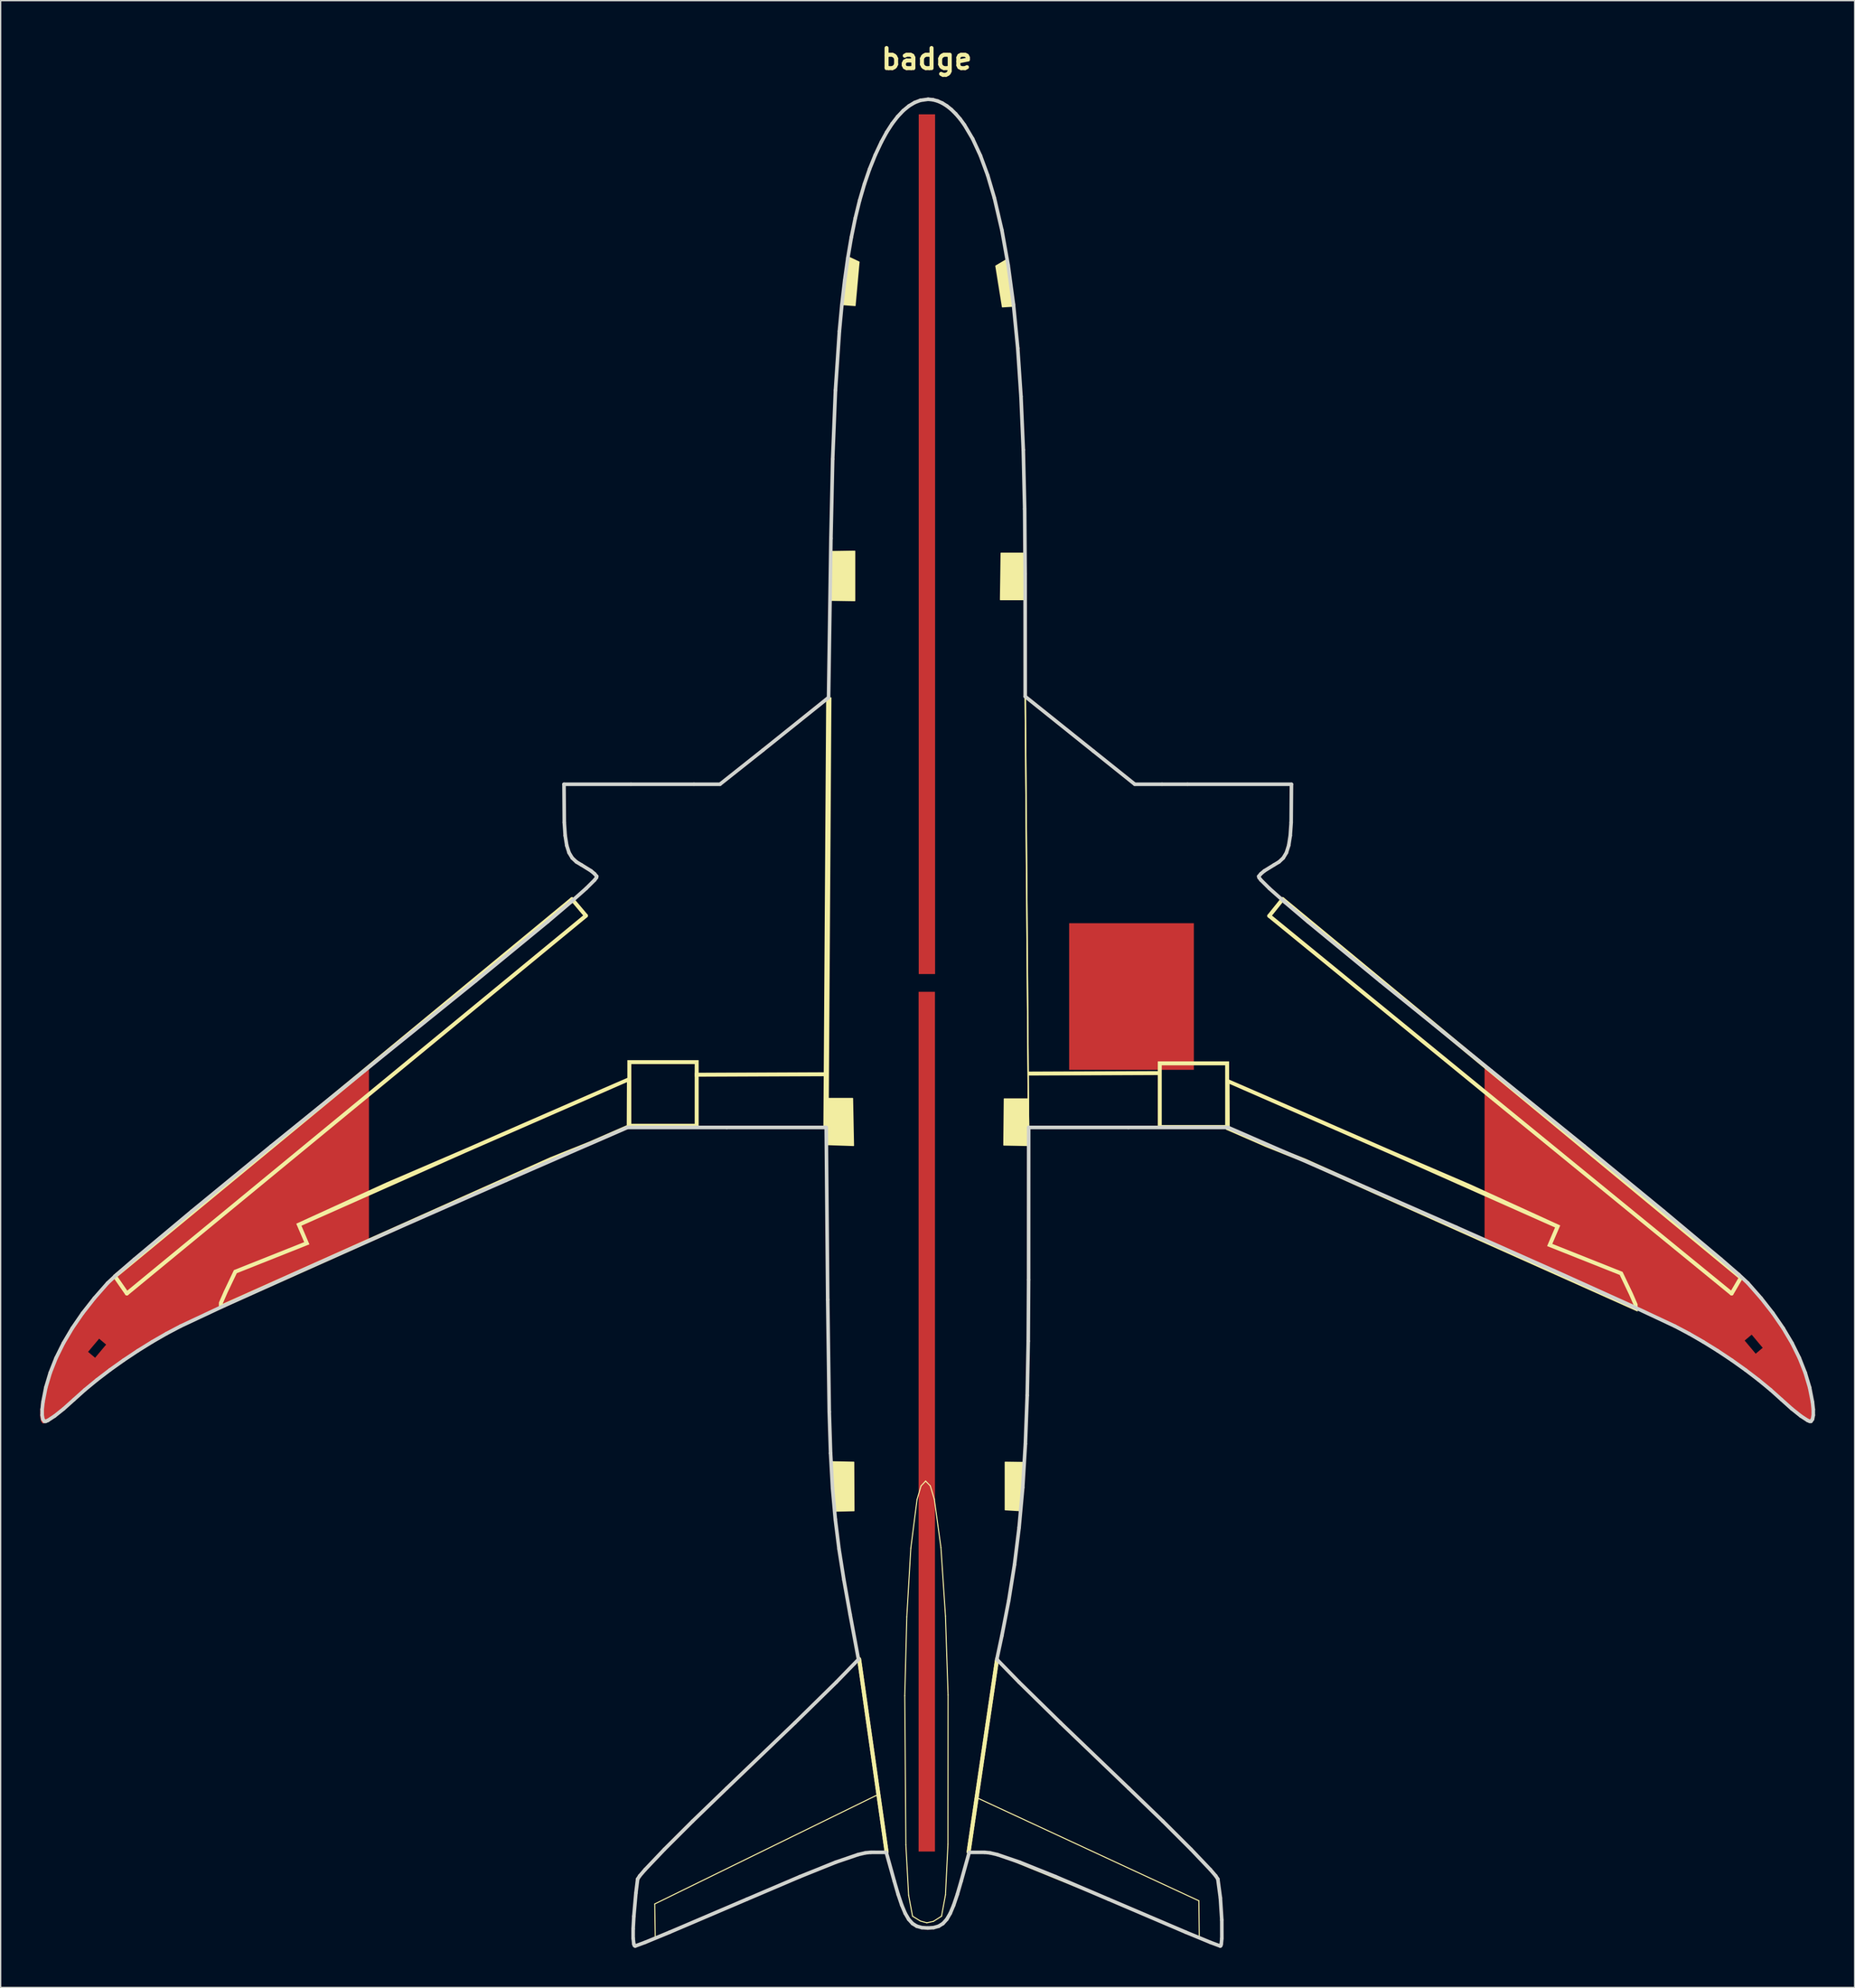
<source format=kicad_pcb>
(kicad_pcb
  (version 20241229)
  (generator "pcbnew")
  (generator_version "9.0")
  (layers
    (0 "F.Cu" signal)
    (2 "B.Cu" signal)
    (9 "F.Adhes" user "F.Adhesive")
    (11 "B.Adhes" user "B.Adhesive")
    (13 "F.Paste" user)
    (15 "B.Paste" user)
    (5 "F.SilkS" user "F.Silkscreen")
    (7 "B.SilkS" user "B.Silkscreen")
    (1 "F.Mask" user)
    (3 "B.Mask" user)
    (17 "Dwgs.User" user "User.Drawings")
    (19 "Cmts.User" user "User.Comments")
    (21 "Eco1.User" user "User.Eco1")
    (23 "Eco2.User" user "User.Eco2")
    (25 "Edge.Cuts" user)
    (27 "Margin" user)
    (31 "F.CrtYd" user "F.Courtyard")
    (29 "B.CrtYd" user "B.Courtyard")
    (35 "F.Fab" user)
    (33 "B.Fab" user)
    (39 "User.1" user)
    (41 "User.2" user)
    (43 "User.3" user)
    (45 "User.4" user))
  (footprint "badge"
    (layer "F.Cu")
    (at 67.226 74.476)
    (property "Reference" "badge" (at 0 -73.05 0) (layer "F.SilkS") (effects (font (size 1.524 1.524) (thickness 0.305))))
    (attr smd)
    (fp_poly (pts (xy -0.618 -2.339) (xy 0.622 -2.339) (xy 0.622 62.834) (xy -0.618 62.834) (xy -0.618 -2.339)) (stroke (width 0) (type solid)) (fill yes) (layer "F.Cu"))
    (fp_poly (pts (xy -0.608 -68.857) (xy 0.632 -68.857) (xy 0.632 -3.684) (xy -0.608 -3.684) (xy -0.608 -68.857)) (stroke (width 0) (type solid)) (fill yes) (layer "F.Cu"))
    (fp_poly (pts (xy 10.798 -7.539) (xy 20.254 -7.539) (xy 20.254 3.575) (xy 10.798 3.575) (xy 10.798 -7.539)) (stroke (width 0) (type solid)) (fill yes) (layer "F.Cu"))
    (fp_poly (pts (xy -42.298 3.393) (xy -62.76 23.958) (xy -62.228 24.405) (xy -63.065 25.403) (xy -63.597 24.956) (xy -62.76 23.958) (xy -42.298 3.393) (xy -42.804 3.802) (xy -49.861 9.511) (xy -55.882 14.448) (xy -60.228 18.084) (xy -61.574 19.249) (xy -62.262 19.891) (xy -63.268 21.036) (xy -64.162 22.177) (xy -64.944 23.315) (xy -65.615 24.447) (xy -66.172 25.574) (xy -66.617 26.695) (xy -66.948 27.81) (xy -67.166 28.917) (xy -67.225 29.472) (xy -67.226 29.908) (xy -67.169 30.212) (xy -67.054 30.375) (xy -66.955 30.375) (xy -66.786 30.302) (xy -66.274 29.967) (xy -65.593 29.424) (xy -64.816 28.728) (xy -63.992 27.988) (xy -63.078 27.236) (xy -62.093 26.484) (xy -61.055 25.744) (xy -59.981 25.029) (xy -58.891 24.352) (xy -57.802 23.725) (xy -56.733 23.161) (xy -53.398 21.595) (xy -47.571 18.961) (xy -42.298 16.617) (xy -42.298 3.393)) (stroke (width 0) (type solid)) (fill yes) (layer "F.Cu"))
    (fp_poly (pts (xy 42.298 3.241) (xy 62.554 23.652) (xy 63.391 24.649) (xy 62.859 25.096) (xy 62.022 24.098) (xy 62.554 23.652) (xy 42.298 3.241) (xy 42.298 16.465) (xy 47.571 18.809) (xy 53.398 21.443) (xy 56.732 23.009) (xy 57.802 23.574) (xy 58.891 24.2) (xy 59.981 24.877) (xy 61.055 25.592) (xy 62.093 26.332) (xy 63.078 27.084) (xy 63.992 27.836) (xy 64.816 28.576) (xy 65.593 29.272) (xy 66.274 29.815) (xy 66.786 30.15) (xy 66.955 30.223) (xy 67.054 30.223) (xy 67.168 30.06) (xy 67.226 29.756) (xy 67.225 29.32) (xy 67.166 28.765) (xy 66.948 27.658) (xy 66.617 26.543) (xy 66.172 25.423) (xy 65.615 24.295) (xy 64.944 23.163) (xy 64.162 22.025) (xy 63.267 20.884) (xy 62.262 19.739) (xy 61.574 19.097) (xy 60.228 17.932) (xy 55.882 14.296) (xy 49.861 9.359) (xy 42.804 3.65) (xy 42.298 3.241)) (stroke (width 0) (type solid)) (fill yes) (layer "F.Cu"))
    (fp_poly (pts (xy -63.597 24.956) (xy -62.76 23.958) (xy -62.228 24.405) (xy -63.065 25.403) (xy -63.597 24.956)) (stroke (width 0) (type solid)) (fill yes) (layer "F.Mask"))
    (fp_poly (pts (xy 63.392 24.649) (xy 62.554 23.652) (xy 62.022 24.098) (xy 62.859 25.096) (xy 63.392 24.649)) (stroke (width 0) (type solid)) (fill yes) (layer "F.Mask"))
    (fp_poly (pts (xy -3.845 -62.788) (xy -3.678 -63.717) (xy -3.433 -64.531) (xy -3.049 -65.271) (xy -1.838 -66.61) (xy -1.006 -67.121) (xy -0.014 -67.328) (xy 0.988 -67.133) (xy 1.843 -66.631) (xy 2.54 -65.964) (xy 3.071 -65.271) (xy 3.443 -64.513) (xy 3.684 -63.701) (xy 3.852 -62.788) (xy 3.071 -62.788) (xy 2.985 -63.173) (xy 2.584 -64.02) (xy 2.198 -64.475) (xy 1.655 -64.873) (xy 0.926 -65.157) (xy -0.014 -65.271) (xy -0.953 -65.172) (xy -1.676 -64.894) (xy -2.211 -64.496) (xy -2.587 -64.039) (xy -2.97 -63.18) (xy -3.049 -62.788) (xy -3.845 -62.788) (xy -3.845 -62.788)) (stroke (width 0.07) (type solid)) (fill yes) (layer "F.Mask"))
    (fp_poly (pts (xy 19.26 -7.153) (xy 16.177 -5.154) (xy 16.256 -5.119) (xy 16.191 -5.038) (xy 16.125 -4.976) (xy 16.033 -5.093) (xy 15.941 -5.209) (xy 15.941 -5.209) (xy 16.019 -5.189) (xy 16.177 -5.154) (xy 19.26 -7.153) (xy 15.822 -4.676) (xy 15.715 -4.554) (xy 15.587 -4.43) (xy 15.573 -4.509) (xy 15.567 -4.703) (xy 15.577 -4.979) (xy 15.577 -4.979) (xy 15.705 -4.827) (xy 15.822 -4.676) (xy 19.26 -7.153) (xy 15.153 -3.93) (xy 15.047 -3.813) (xy 14.621 -3.309) (xy 14.107 -2.663) (xy 13.802 -2.28) (xy 13.783 -2.267) (xy 13.777 -2.279) (xy 13.787 -2.36) (xy 13.86 -2.702) (xy 13.976 -3.063) (xy 14.131 -3.432) (xy 14.322 -3.797) (xy 14.689 -4.363) (xy 15.055 -4.855) (xy 15.151 -4.965) (xy 15.151 -4.965) (xy 15.152 -4.448) (xy 15.153 -3.93) (xy 19.26 -7.153) (xy 19.067 -7.13) (xy 13.278 -1.773) (xy 13.349 -1.757) (xy 13.361 -1.726) (xy 13.269 -1.552) (xy 13.049 -1.209) (xy 12.64 -0.586) (xy 12.543 -0.426) (xy 12.468 -0.593) (xy 12.365 -0.847) (xy 12.282 -1.101) (xy 12.22 -1.354) (xy 12.179 -1.606) (xy 12.158 -1.781) (xy 12.158 -1.781) (xy 12.759 -1.781) (xy 13.278 -1.773) (xy 19.067 -7.13) (xy 18.845 -7.064) (xy 16.775 -4.931) (xy 16.956 -4.83) (xy 17.196 -4.679) (xy 17.423 -4.502) (xy 17.636 -4.302) (xy 17.833 -4.082) (xy 18.011 -3.844) (xy 18.167 -3.592) (xy 18.299 -3.328) (xy 18.406 -3.055) (xy 18.516 -2.63) (xy 18.571 -2.274) (xy 18.558 -2.245) (xy 18.486 -2.23) (xy 17.981 -2.222) (xy 17.39 -2.222) (xy 17.371 -2.353) (xy 17.301 -2.739) (xy 17.204 -3.097) (xy 17.102 -3.358) (xy 16.952 -3.678) (xy 16.781 -4.004) (xy 16.615 -4.284) (xy 16.449 -4.574) (xy 16.497 -4.645) (xy 16.612 -4.769) (xy 16.775 -4.931) (xy 16.775 -4.931) (xy 18.845 -7.064) (xy 18.595 -6.956) (xy 16.027 -4.13) (xy 16.089 -4.186) (xy 16.135 -4.203) (xy 16.135 -4.203) (xy 16.165 -4.191) (xy 16.195 -4.158) (xy 16.274 -4.037) (xy 16.502 -3.643) (xy 16.695 -3.229) (xy 16.84 -2.822) (xy 16.929 -2.446) (xy 16.965 -2.222) (xy 16.266 -2.222) (xy 15.566 -2.222) (xy 15.566 -2.91) (xy 15.566 -3.599) (xy 15.812 -3.884) (xy 16.027 -4.13) (xy 18.595 -6.956) (xy 18.32 -6.806) (xy 18.022 -6.616) (xy 15.153 -3.11) (xy 15.153 -2.666) (xy 15.153 -2.222) (xy 14.808 -2.222) (xy 14.463 -2.236) (xy 14.808 -2.68) (xy 15.153 -3.11) (xy 18.022 -6.616) (xy 17.704 -6.388) (xy 14.094 -1.767) (xy 14.623 -1.775) (xy 15.153 -1.783) (xy 15.153 -1.782) (xy 15.153 -0.403) (xy 15.146 0.976) (xy 14.856 0.595) (xy 14.476 0.053) (xy 14.306 -0.229) (xy 14.154 -0.519) (xy 14.025 -0.807) (xy 13.924 -1.082) (xy 13.823 -1.395) (xy 13.958 -1.581) (xy 14.094 -1.767) (xy 17.704 -6.388) (xy 17.366 -6.121) (xy 17.011 -5.816) (xy 16.788 -5.618) (xy 14.745 -5.193) (xy 14.752 -5.178) (xy 14.726 -5.132) (xy 14.55 -4.897) (xy 14.241 -4.464) (xy 13.967 -4.025) (xy 13.74 -3.602) (xy 13.572 -3.214) (xy 13.43 -2.72) (xy 13.38 -2.478) (xy 13.361 -2.308) (xy 13.361 -2.222) (xy 12.759 -2.222) (xy 12.158 -2.222) (xy 12.18 -2.41) (xy 12.255 -2.81) (xy 12.38 -3.195) (xy 12.552 -3.562) (xy 12.767 -3.905) (xy 13.021 -4.219) (xy 13.31 -4.499) (xy 13.632 -4.74) (xy 13.981 -4.935) (xy 14.34 -5.078) (xy 14.694 -5.185) (xy 14.745 -5.193) (xy 14.745 -5.193) (xy 16.788 -5.618) (xy 13.509 -0.959) (xy 13.586 -0.757) (xy 13.757 -0.371) (xy 13.982 0.046) (xy 14.251 0.475) (xy 14.55 0.893) (xy 14.749 1.162) (xy 14.755 1.188) (xy 14.722 1.192) (xy 14.491 1.13) (xy 14.055 0.965) (xy 13.649 0.746) (xy 13.289 0.484) (xy 13.13 0.34) (xy 12.989 0.189) (xy 12.854 0.031) (xy 12.917 -0.078) (xy 13.244 -0.573) (xy 13.509 -0.959) (xy 13.509 -0.959) (xy 16.788 -5.618) (xy 16.552 -5.697) (xy 16.267 -5.782) (xy 15.997 -5.836) (xy 15.707 -5.865) (xy 15.36 -5.873) (xy 15.567 -1.781) (xy 16.266 -1.781) (xy 16.965 -1.781) (xy 16.931 -1.567) (xy 16.878 -1.308) (xy 16.801 -1.045) (xy 16.701 -0.778) (xy 16.574 -0.503) (xy 16.422 -0.22) (xy 16.241 0.075) (xy 15.794 0.707) (xy 15.577 0.976) (xy 15.567 -0.402) (xy 15.567 -1.781) (xy 15.567 -1.781) (xy 15.36 -5.873) (xy 14.927 -5.86) (xy 14.603 -5.81) (xy 14.33 -5.741) (xy 14.065 -5.655) (xy 13.811 -5.551) (xy 13.567 -5.432) (xy 13.334 -5.296) (xy 13.112 -5.145) (xy 12.902 -4.979) (xy 12.704 -4.798) (xy 12.52 -4.604) (xy 12.348 -4.396) (xy 12.191 -4.175) (xy 12.048 -3.942) (xy 11.921 -3.698) (xy 11.809 -3.441) (xy 11.712 -3.174) (xy 11.633 -2.897) (xy 11.591 -2.716) (xy 11.568 -2.551) (xy 11.556 -2.002) (xy 18.363 -1.782) (xy 18.508 -1.766) (xy 18.546 -1.746) (xy 18.565 -1.715) (xy 18.562 -1.61) (xy 18.529 -1.434) (xy 18.479 -1.197) (xy 18.412 -0.967) (xy 18.33 -0.745) (xy 18.231 -0.53) (xy 18.117 -0.322) (xy 17.987 -0.122) (xy 17.841 0.069) (xy 17.679 0.252) (xy 17.387 0.524) (xy 17.058 0.761) (xy 16.708 0.954) (xy 16.352 1.094) (xy 16.039 1.182) (xy 15.946 1.202) (xy 16.166 0.916) (xy 16.419 0.574) (xy 16.641 0.24) (xy 16.834 -0.087) (xy 16.998 -0.408) (xy 17.133 -0.724) (xy 17.241 -1.036) (xy 17.32 -1.344) (xy 17.373 -1.651) (xy 17.389 -1.781) (xy 17.98 -1.781) (xy 18.363 -1.782) (xy 18.363 -1.782) (xy 18.363 -1.782) (xy 11.556 -2.002) (xy 11.567 -1.451) (xy 11.59 -1.288) (xy 11.632 -1.107) (xy 11.715 -0.823) (xy 11.817 -0.539) (xy 11.933 -0.271) (xy 12.057 -0.033) (xy 12.182 0.185) (xy 12.067 0.394) (xy 11.753 1.015) (xy 11.478 1.641) (xy 11.356 1.969) (xy 11.278 2.235) (xy 11.237 2.472) (xy 11.225 2.713) (xy 11.235 2.933) (xy 11.271 3.09) (xy 11.34 3.202) (xy 11.448 3.286) (xy 11.57 3.336) (xy 11.744 3.338) (xy 11.903 3.311) (xy 12.079 3.25) (xy 12.273 3.155) (xy 12.484 3.027) (xy 12.71 2.867) (xy 12.95 2.674) (xy 13.472 2.194) (xy 13.899 1.771) (xy 13.637 1.975) (xy 13.04 2.417) (xy 12.528 2.747) (xy 12.106 2.963) (xy 11.931 3.027) (xy 11.781 3.061) (xy 11.67 3.064) (xy 11.597 3.016) (xy 11.564 2.977) (xy 11.547 2.931) (xy 11.55 2.744) (xy 11.607 2.43) (xy 11.74 2.043) (xy 11.95 1.581) (xy 12.237 1.04) (xy 12.487 0.593) (xy 12.738 0.829) (xy 12.932 0.999) (xy 13.133 1.154) (xy 13.342 1.295) (xy 13.558 1.422) (xy 14.007 1.63) (xy 14.475 1.777) (xy 14.958 1.862) (xy 15.204 1.881) (xy 15.451 1.884) (xy 15.699 1.87) (xy 15.947 1.841) (xy 16.196 1.795) (xy 16.443 1.732) (xy 16.717 1.635) (xy 17.026 1.495) (xy 17.329 1.333) (xy 17.587 1.169) (xy 17.834 0.967) (xy 18.102 0.709) (xy 18.35 0.437) (xy 18.54 0.19) (xy 18.739 -0.146) (xy 18.909 -0.51) (xy 19.045 -0.891) (xy 19.142 -1.277) (xy 19.18 -1.598) (xy 19.193 -2.001) (xy 19.18 -2.405) (xy 19.142 -2.725) (xy 19.046 -3.111) (xy 18.913 -3.483) (xy 18.745 -3.841) (xy 18.54 -4.184) (xy 18.329 -4.459) (xy 18.054 -4.755) (xy 17.759 -5.03) (xy 17.486 -5.241) (xy 17.24 -5.403) (xy 17.487 -5.64) (xy 17.81 -5.936) (xy 18.123 -6.198) (xy 18.42 -6.422) (xy 18.694 -6.604) (xy 18.936 -6.738) (xy 19.139 -6.821) (xy 19.296 -6.847) (xy 19.354 -6.838) (xy 19.399 -6.813) (xy 19.438 -6.76) (xy 19.463 -6.683) (xy 19.472 -6.465) (xy 19.426 -6.169) (xy 19.327 -5.803) (xy 19.254 -5.591) (xy 19.211 -5.503) (xy 19.026 -5.7) (xy 18.896 -5.843) (xy 18.866 -5.86) (xy 18.854 -5.845) (xy 18.747 -4.382) (xy 19.328 -4.864) (xy 19.905 -5.351) (xy 19.769 -5.369) (xy 19.503 -5.39) (xy 19.41 -5.398) (xy 19.372 -5.413) (xy 19.496 -5.729) (xy 19.595 -5.982) (xy 19.667 -6.21) (xy 19.711 -6.415) (xy 19.73 -6.595) (xy 19.721 -6.751) (xy 19.685 -6.884) (xy 19.622 -6.992) (xy 19.533 -7.077) (xy 19.411 -7.134) (xy 19.26 -7.153) (xy 19.26 -7.153)) (stroke (width 0.007) (type solid)) (fill yes) (layer "F.Mask"))
    (fp_line (start -61.559 19.23) (end -60.656 20.534) (stroke (width 0.3) (type solid)) (layer "F.SilkS"))
    (fp_line (start -60.656 20.534) (end -25.844 -8.108) (stroke (width 0.3) (type solid)) (layer "F.SilkS"))
    (fp_line (start -26.902 -9.362) (end -61.559 19.23) (stroke (width 0.3) (type solid)) (layer "F.SilkS"))
    (fp_line (start -25.844 -8.108) (end -26.902 -9.362) (stroke (width 0.3) (type solid)) (layer "F.SilkS"))
    (fp_line (start -20.627 66.808) (end -3.673 58.506) (stroke (width 0.079) (type solid)) (layer "F.SilkS"))
    (fp_line (start -20.589 69.323) (end -20.627 66.808) (stroke (width 0.079) (type solid)) (layer "F.SilkS"))
    (fp_line (start -19.775 69.07) (end -20.589 69.323) (stroke (width 0.079) (type solid)) (layer "F.SilkS"))
    (fp_line (start -17.65 68.202) (end -19.775 69.07) (stroke (width 0.079) (type solid)) (layer "F.SilkS"))
    (fp_line (start -14.704 66.956) (end -17.65 68.202) (stroke (width 0.079) (type solid)) (layer "F.SilkS"))
    (fp_line (start -11.425 65.569) (end -14.704 66.956) (stroke (width 0.079) (type solid)) (layer "F.SilkS"))
    (fp_line (start -8.303 64.276) (end -11.425 65.569) (stroke (width 0.079) (type solid)) (layer "F.SilkS"))
    (fp_line (start -5.825 63.315) (end -8.303 64.276) (stroke (width 0.079) (type solid)) (layer "F.SilkS"))
    (fp_line (start -5.127 48.248) (end -3.046 62.87) (stroke (width 0.3) (type solid)) (layer "F.SilkS"))
    (fp_line (start -4.482 62.923) (end -5.825 63.315) (stroke (width 0.079) (type solid)) (layer "F.SilkS"))
    (fp_line (start -3.673 58.506) (end -3.048 62.862) (stroke (width 0.079) (type solid)) (layer "F.SilkS"))
    (fp_line (start -3.048 62.862) (end -4.482 62.923) (stroke (width 0.079) (type solid)) (layer "F.SilkS"))
    (fp_line (start -3.046 62.87) (end -5.127 48.248) (stroke (width 0.3) (type solid)) (layer "F.SilkS"))
    (fp_line (start -1.667 51.024) (end -1.583 62.326) (stroke (width 0.079) (type solid)) (layer "F.SilkS"))
    (fp_line (start -1.583 62.326) (end -1.376 66.143) (stroke (width 0.079) (type solid)) (layer "F.SilkS"))
    (fp_line (start -1.513 45.04) (end -1.667 51.024) (stroke (width 0.079) (type solid)) (layer "F.SilkS"))
    (fp_line (start -1.376 66.143) (end -1.078 67.738) (stroke (width 0.079) (type solid)) (layer "F.SilkS"))
    (fp_line (start -1.208 39.833) (end -1.513 45.04) (stroke (width 0.079) (type solid)) (layer "F.SilkS"))
    (fp_line (start -1.078 67.738) (end -0.487 68.102) (stroke (width 0.079) (type solid)) (layer "F.SilkS"))
    (fp_line (start -0.737 36.154) (end -1.208 39.833) (stroke (width 0.079) (type solid)) (layer "F.SilkS"))
    (fp_line (start -0.487 68.102) (end 0.007 68.239) (stroke (width 0.079) (type solid)) (layer "F.SilkS"))
    (fp_line (start -0.435 35.121) (end -0.737 36.154) (stroke (width 0.079) (type solid)) (layer "F.SilkS"))
    (fp_line (start -0.086 34.752) (end -0.085 34.752) (stroke (width 0.079) (type solid)) (layer "F.SilkS"))
    (fp_line (start -0.085 34.752) (end -0.435 35.121) (stroke (width 0.079) (type solid)) (layer "F.SilkS"))
    (fp_line (start 0.007 68.239) (end 0.508 68.127) (stroke (width 0.079) (type solid)) (layer "F.SilkS"))
    (fp_line (start 0.266 35.109) (end -0.086 34.752) (stroke (width 0.079) (type solid)) (layer "F.SilkS"))
    (fp_line (start 0.508 68.127) (end 1.121 67.738) (stroke (width 0.079) (type solid)) (layer "F.SilkS"))
    (fp_line (start 0.576 36.13) (end 0.266 35.109) (stroke (width 0.079) (type solid)) (layer "F.SilkS"))
    (fp_line (start 1.075 39.791) (end 0.576 36.13) (stroke (width 0.079) (type solid)) (layer "F.SilkS"))
    (fp_line (start 1.121 67.738) (end 1.42 66.115) (stroke (width 0.079) (type solid)) (layer "F.SilkS"))
    (fp_line (start 1.419 44.985) (end 1.075 39.791) (stroke (width 0.079) (type solid)) (layer "F.SilkS"))
    (fp_line (start 1.42 66.115) (end 1.608 62.278) (stroke (width 0.079) (type solid)) (layer "F.SilkS"))
    (fp_line (start 1.608 62.278) (end 1.616 50.964) (stroke (width 0.079) (type solid)) (layer "F.SilkS"))
    (fp_line (start 1.616 50.964) (end 1.419 44.985) (stroke (width 0.079) (type solid)) (layer "F.SilkS"))
    (fp_line (start 3.174 62.87) (end 5.331 48.248) (stroke (width 0.3) (type solid)) (layer "F.SilkS"))
    (fp_line (start 3.193 62.856) (end 3.801 58.757) (stroke (width 0.079) (type solid)) (layer "F.SilkS"))
    (fp_line (start 3.801 58.757) (end 20.634 66.57) (stroke (width 0.079) (type solid)) (layer "F.SilkS"))
    (fp_line (start 5.261 63.035) (end 3.193 62.856) (stroke (width 0.079) (type solid)) (layer "F.SilkS"))
    (fp_line (start 5.331 48.248) (end 3.174 62.87) (stroke (width 0.3) (type solid)) (layer "F.SilkS"))
    (fp_line (start 7.47 -24.694) (end 7.718 7.902) (stroke (width 0.106) (type solid)) (layer "F.SilkS"))
    (fp_line (start 7.718 7.902) (end 7.47 -24.694) (stroke (width 0.106) (type solid)) (layer "F.SilkS"))
    (fp_line (start 20.634 66.57) (end 20.665 69.311) (stroke (width 0.079) (type solid)) (layer "F.SilkS"))
    (fp_line (start 20.665 69.311) (end 5.261 63.035) (stroke (width 0.079) (type solid)) (layer "F.SilkS"))
    (fp_line (start 25.972 -8.095) (end 61.034 20.534) (stroke (width 0.3) (type solid)) (layer "F.SilkS"))
    (fp_line (start 26.988 -9.362) (end 25.972 -8.095) (stroke (width 0.3) (type solid)) (layer "F.SilkS"))
    (fp_line (start 61.034 20.534) (end 61.737 19.33) (stroke (width 0.3) (type solid)) (layer "F.SilkS"))
    (fp_line (start 61.737 19.33) (end 26.988 -9.362) (stroke (width 0.3) (type solid)) (layer "F.SilkS"))
    (fp_poly (pts (xy -7.676 5.738) (xy -5.619 5.738) (xy -5.548 9.32) (xy -7.64 9.25) (xy -7.676 5.738)) (stroke (width 0.07) (type solid)) (fill yes) (layer "F.SilkS"))
    (fp_poly (pts (xy -7.627 -24.66) (xy -7.839 8.008) (xy -7.441 8.01) (xy -7.228 -24.658) (xy -7.627 -24.66)) (stroke (width 0) (type solid)) (fill yes) (layer "F.SilkS"))
    (fp_poly (pts (xy -7.623 3.761) (xy -17.589 3.797) (xy -17.589 4.097) (xy -7.623 4.062) (xy -7.623 3.761)) (stroke (width 0) (type solid)) (fill yes) (layer "F.SilkS"))
    (fp_poly (pts (xy -7.335 -35.721) (xy -5.454 -35.746) (xy -5.454 -31.984) (xy -7.36 -32.009) (xy -7.335 -35.721)) (stroke (width 0.07) (type solid)) (fill yes) (layer "F.SilkS"))
    (fp_poly (pts (xy -7.286 33.28) (xy -5.53 33.315) (xy -5.512 37.004) (xy -7.037 37.04) (xy -7.286 33.28)) (stroke (width 0.07) (type solid)) (fill yes) (layer "F.SilkS"))
    (fp_poly (pts (xy -5.98 -58.068) (xy -5.128 -57.667) (xy -5.429 -54.356) (xy -6.432 -54.431) (xy -5.98 -58.068)) (stroke (width 0.07) (type solid)) (fill yes) (layer "F.SilkS"))
    (fp_poly (pts (xy 6.083 -57.867) (xy 5.231 -57.366) (xy 5.732 -54.256) (xy 6.585 -54.306) (xy 6.083 -57.867)) (stroke (width 0.07) (type solid)) (fill yes) (layer "F.SilkS"))
    (fp_poly (pts (xy 7.399 33.333) (xy 5.944 33.315) (xy 5.944 36.933) (xy 7.115 37.004) (xy 7.399 33.333)) (stroke (width 0.07) (type solid)) (fill yes) (layer "F.SilkS"))
    (fp_poly (pts (xy 7.438 -35.596) (xy 5.632 -35.596) (xy 5.582 -32.06) (xy 7.413 -32.06) (xy 7.438 -35.596)) (stroke (width 0.07) (type solid)) (fill yes) (layer "F.SilkS"))
    (fp_poly (pts (xy 7.718 5.774) (xy 5.873 5.774) (xy 5.838 9.285) (xy 7.753 9.321) (xy 7.718 5.774)) (stroke (width 0.07) (type solid)) (fill yes) (layer "F.SilkS"))
    (fp_poly (pts (xy 17.649 3.674) (xy 7.682 3.709) (xy 7.682 4.008) (xy 17.649 3.973) (xy 17.649 3.674)) (stroke (width 0) (type solid)) (fill yes) (layer "F.SilkS"))
    (fp_poly (pts (xy -22.704 2.842) (xy -22.403 3.141) (xy -17.597 3.141) (xy -17.597 7.666) (xy -22.403 7.666) (xy -22.403 3.141) (xy -22.704 2.842) (xy -22.704 7.965) (xy -17.296 7.965) (xy -17.296 2.842) (xy -19.099 2.842) (xy -20.901 2.842) (xy -22.704 2.842)) (stroke (width 0) (type solid)) (fill yes) (layer "F.SilkS"))
    (fp_poly (pts (xy 17.52 2.935) (xy 17.821 3.234) (xy 22.627 3.234) (xy 22.627 7.76) (xy 17.821 7.76) (xy 17.821 3.234) (xy 17.52 2.935) (xy 17.52 8.058) (xy 22.928 8.058) (xy 22.928 2.935) (xy 21.125 2.935) (xy 19.323 2.935) (xy 17.52 2.935)) (stroke (width 0) (type solid)) (fill yes) (layer "F.SilkS"))
    (fp_poly (pts (xy -35.097 9.59) (xy -47.418 15.394) (xy -34.976 9.865) (xy -22.736 4.511) (xy -22.75 7.775) (xy -25.625 9.029) (xy -28.511 10.187) (xy -28.517 10.189) (xy -53.377 21.31) (xy -53.377 21.279) (xy -53.027 20.474) (xy -52.32 18.994) (xy -46.814 16.805) (xy -47.418 15.394) (xy -35.097 9.59) (xy -40.981 12.12) (xy -47.81 15.24) (xy -47.211 16.638) (xy -52.539 18.759) (xy -53.298 20.349) (xy -53.675 21.215) (xy -53.681 21.775) (xy -28.41 10.47) (xy -28.4 10.466) (xy -25.454 9.283) (xy -22.541 8.013) (xy -22.451 7.974) (xy -22.424 4.064) (xy -24.539 4.982) (xy -26.652 5.901) (xy -28.764 6.822) (xy -30.876 7.744) (xy -32.987 8.667) (xy -35.097 9.59) (xy -35.097 9.59)) (stroke (width 0) (type solid)) (fill yes) (layer "F.SilkS"))
    (fp_poly (pts (xy 35.324 9.722) (xy 47.644 15.527) (xy 35.203 9.997) (xy 22.963 4.644) (xy 22.962 4.644) (xy 22.976 7.907) (xy 25.851 9.161) (xy 28.738 10.32) (xy 28.744 10.322) (xy 53.603 21.443) (xy 53.603 21.411) (xy 53.254 20.607) (xy 52.547 19.126) (xy 47.041 16.937) (xy 47.644 15.527) (xy 35.324 9.722) (xy 41.208 12.252) (xy 48.037 15.372) (xy 47.437 16.771) (xy 52.765 18.892) (xy 53.525 20.482) (xy 53.902 21.347) (xy 53.908 21.907) (xy 28.637 10.603) (xy 28.627 10.599) (xy 25.681 9.415) (xy 22.767 8.146) (xy 22.677 8.106) (xy 22.651 4.196) (xy 24.766 5.114) (xy 26.879 6.034) (xy 28.991 6.955) (xy 31.102 7.877) (xy 33.213 8.799) (xy 35.324 9.722) (xy 35.324 9.722)) (stroke (width 0) (type solid)) (fill yes) (layer "F.SilkS"))
    (fp_line (start -67.079 29.756) (end -67.022 30.06) (stroke (width 0.273) (type solid)) (layer "Edge.Cuts"))
    (fp_line (start -67.079 29.321) (end -67.079 29.756) (stroke (width 0.273) (type solid)) (layer "Edge.Cuts"))
    (fp_line (start -67.022 30.06) (end -66.907 30.223) (stroke (width 0.273) (type solid)) (layer "Edge.Cuts"))
    (fp_line (start -67.019 28.765) (end -67.079 29.321) (stroke (width 0.273) (type solid)) (layer "Edge.Cuts"))
    (fp_line (start -66.907 30.223) (end -66.808 30.223) (stroke (width 0.273) (type solid)) (layer "Edge.Cuts"))
    (fp_line (start -66.808 30.223) (end -66.639 30.15) (stroke (width 0.273) (type solid)) (layer "Edge.Cuts"))
    (fp_line (start -66.802 27.658) (end -67.019 28.765) (stroke (width 0.273) (type solid)) (layer "Edge.Cuts"))
    (fp_line (start -66.639 30.15) (end -66.127 29.815) (stroke (width 0.273) (type solid)) (layer "Edge.Cuts"))
    (fp_line (start -66.47 26.544) (end -66.802 27.658) (stroke (width 0.273) (type solid)) (layer "Edge.Cuts"))
    (fp_line (start -66.127 29.815) (end -65.446 29.272) (stroke (width 0.273) (type solid)) (layer "Edge.Cuts"))
    (fp_line (start -66.026 25.423) (end -66.47 26.544) (stroke (width 0.273) (type solid)) (layer "Edge.Cuts"))
    (fp_line (start -65.468 24.296) (end -66.026 25.423) (stroke (width 0.273) (type solid)) (layer "Edge.Cuts"))
    (fp_line (start -65.446 29.272) (end -64.669 28.576) (stroke (width 0.273) (type solid)) (layer "Edge.Cuts"))
    (fp_line (start -64.798 23.163) (end -65.468 24.296) (stroke (width 0.273) (type solid)) (layer "Edge.Cuts"))
    (fp_line (start -64.669 28.576) (end -63.845 27.836) (stroke (width 0.273) (type solid)) (layer "Edge.Cuts"))
    (fp_line (start -64.016 22.026) (end -64.798 23.163) (stroke (width 0.273) (type solid)) (layer "Edge.Cuts"))
    (fp_line (start -63.845 27.836) (end -62.932 27.084) (stroke (width 0.273) (type solid)) (layer "Edge.Cuts"))
    (fp_line (start -63.122 20.886) (end -64.016 22.026) (stroke (width 0.273) (type solid)) (layer "Edge.Cuts"))
    (fp_line (start -62.932 27.084) (end -61.947 26.332) (stroke (width 0.273) (type solid)) (layer "Edge.Cuts"))
    (fp_line (start -62.117 19.742) (end -63.122 20.886) (stroke (width 0.273) (type solid)) (layer "Edge.Cuts"))
    (fp_line (start -61.947 26.332) (end -60.908 25.592) (stroke (width 0.273) (type solid)) (layer "Edge.Cuts"))
    (fp_line (start -61.43 19.1) (end -62.117 19.742) (stroke (width 0.273) (type solid)) (layer "Edge.Cuts"))
    (fp_line (start -60.908 25.592) (end -59.834 24.877) (stroke (width 0.273) (type solid)) (layer "Edge.Cuts"))
    (fp_line (start -60.084 17.936) (end -61.43 19.1) (stroke (width 0.273) (type solid)) (layer "Edge.Cuts"))
    (fp_line (start -59.834 24.877) (end -58.744 24.2) (stroke (width 0.273) (type solid)) (layer "Edge.Cuts"))
    (fp_line (start -58.744 24.2) (end -57.655 23.573) (stroke (width 0.273) (type solid)) (layer "Edge.Cuts"))
    (fp_line (start -57.655 23.573) (end -56.585 23.009) (stroke (width 0.273) (type solid)) (layer "Edge.Cuts"))
    (fp_line (start -56.585 23.009) (end -53.25 21.443) (stroke (width 0.273) (type solid)) (layer "Edge.Cuts"))
    (fp_line (start -55.738 14.301) (end -60.084 17.936) (stroke (width 0.273) (type solid)) (layer "Edge.Cuts"))
    (fp_line (start -53.25 21.443) (end -47.424 18.81) (stroke (width 0.273) (type solid)) (layer "Edge.Cuts"))
    (fp_line (start -49.716 9.364) (end -55.738 14.301) (stroke (width 0.273) (type solid)) (layer "Edge.Cuts"))
    (fp_line (start -47.424 18.81) (end -40.004 15.51) (stroke (width 0.273) (type solid)) (layer "Edge.Cuts"))
    (fp_line (start -42.658 3.655) (end -49.716 9.364) (stroke (width 0.273) (type solid)) (layer "Edge.Cuts"))
    (fp_line (start -40.004 15.51) (end -31.888 11.948) (stroke (width 0.273) (type solid)) (layer "Edge.Cuts"))
    (fp_line (start -34.206 -3.169) (end -42.658 3.655) (stroke (width 0.273) (type solid)) (layer "Edge.Cuts"))
    (fp_line (start -31.888 11.948) (end -22.705 7.944) (stroke (width 0.273) (type solid)) (layer "Edge.Cuts"))
    (fp_line (start -28.737 -7.661) (end -34.206 -3.169) (stroke (width 0.273) (type solid)) (layer "Edge.Cuts"))
    (fp_line (start -27.508 -18.072) (end -27.486 -15.177) (stroke (width 0.273) (type solid)) (layer "Edge.Cuts"))
    (fp_line (start -27.486 -15.177) (end -27.418 -14.185) (stroke (width 0.273) (type solid)) (layer "Edge.Cuts"))
    (fp_line (start -27.418 -14.185) (end -27.3 -13.437) (stroke (width 0.273) (type solid)) (layer "Edge.Cuts"))
    (fp_line (start -27.3 -13.437) (end -27.126 -12.886) (stroke (width 0.273) (type solid)) (layer "Edge.Cuts"))
    (fp_line (start -27.126 -12.886) (end -26.885 -12.485) (stroke (width 0.273) (type solid)) (layer "Edge.Cuts"))
    (fp_line (start -26.986 -9.146) (end -28.737 -7.661) (stroke (width 0.273) (type solid)) (layer "Edge.Cuts"))
    (fp_line (start -26.885 -12.485) (end -26.571 -12.19) (stroke (width 0.273) (type solid)) (layer "Edge.Cuts"))
    (fp_line (start -26.571 -12.19) (end -26.175 -11.953) (stroke (width 0.273) (type solid)) (layer "Edge.Cuts"))
    (fp_line (start -26.175 -11.953) (end -25.454 -11.506) (stroke (width 0.273) (type solid)) (layer "Edge.Cuts"))
    (fp_line (start -25.82 -10.182) (end -26.986 -9.146) (stroke (width 0.273) (type solid)) (layer "Edge.Cuts"))
    (fp_line (start -25.454 -11.506) (end -25.185 -11.28) (stroke (width 0.273) (type solid)) (layer "Edge.Cuts"))
    (fp_line (start -25.185 -11.28) (end -25.026 -11.091) (stroke (width 0.273) (type solid)) (layer "Edge.Cuts"))
    (fp_line (start -25.184 -10.815) (end -25.82 -10.182) (stroke (width 0.273) (type solid)) (layer "Edge.Cuts"))
    (fp_line (start -25.049 -10.995) (end -25.184 -10.815) (stroke (width 0.273) (type solid)) (layer "Edge.Cuts"))
    (fp_line (start -25.026 -11.091) (end -25.049 -10.995) (stroke (width 0.273) (type solid)) (layer "Edge.Cuts"))
    (fp_line (start -22.705 7.944) (end -15.164 7.944) (stroke (width 0.273) (type solid)) (layer "Edge.Cuts"))
    (fp_line (start -22.433 -18.072) (end -27.508 -18.072) (stroke (width 0.273) (type solid)) (layer "Edge.Cuts"))
    (fp_line (start -22.265 69.406) (end -22.213 69.848) (stroke (width 0.273) (type solid)) (layer "Edge.Cuts"))
    (fp_line (start -22.264 68.698) (end -22.265 69.406) (stroke (width 0.273) (type solid)) (layer "Edge.Cuts"))
    (fp_line (start -22.213 69.848) (end -22.168 69.962) (stroke (width 0.273) (type solid)) (layer "Edge.Cuts"))
    (fp_line (start -22.211 67.746) (end -22.264 68.698) (stroke (width 0.273) (type solid)) (layer "Edge.Cuts"))
    (fp_line (start -22.168 69.962) (end -22.11 70.001) (stroke (width 0.273) (type solid)) (layer "Edge.Cuts"))
    (fp_line (start -22.11 70.001) (end -21.357 69.721) (stroke (width 0.273) (type solid)) (layer "Edge.Cuts"))
    (fp_line (start -22.056 65.987) (end -22.211 67.746) (stroke (width 0.273) (type solid)) (layer "Edge.Cuts"))
    (fp_line (start -21.925 64.924) (end -22.056 65.987) (stroke (width 0.273) (type solid)) (layer "Edge.Cuts"))
    (fp_line (start -21.767 64.681) (end -21.925 64.924) (stroke (width 0.273) (type solid)) (layer "Edge.Cuts"))
    (fp_line (start -21.357 69.721) (end -19.507 68.957) (stroke (width 0.273) (type solid)) (layer "Edge.Cuts"))
    (fp_line (start -21.357 64.206) (end -21.767 64.681) (stroke (width 0.273) (type solid)) (layer "Edge.Cuts"))
    (fp_line (start -19.895 62.669) (end -21.357 64.206) (stroke (width 0.273) (type solid)) (layer "Edge.Cuts"))
    (fp_line (start -19.507 68.957) (end -13.627 66.447) (stroke (width 0.273) (type solid)) (layer "Edge.Cuts"))
    (fp_line (start -17.76 60.539) (end -19.895 62.669) (stroke (width 0.273) (type solid)) (layer "Edge.Cuts"))
    (fp_line (start -17.655 -18.072) (end -22.433 -18.072) (stroke (width 0.273) (type solid)) (layer "Edge.Cuts"))
    (fp_line (start -15.683 -18.072) (end -17.655 -18.072) (stroke (width 0.273) (type solid)) (layer "Edge.Cuts"))
    (fp_line (start -15.174 58.043) (end -17.76 60.539) (stroke (width 0.273) (type solid)) (layer "Edge.Cuts"))
    (fp_line (start -15.164 7.944) (end -7.623 7.944) (stroke (width 0.273) (type solid)) (layer "Edge.Cuts"))
    (fp_line (start -13.627 66.447) (end -9.621 64.739) (stroke (width 0.273) (type solid)) (layer "Edge.Cuts"))
    (fp_line (start -12.427 -20.654) (end -15.683 -18.072) (stroke (width 0.273) (type solid)) (layer "Edge.Cuts"))
    (fp_line (start -9.994 53.075) (end -15.174 58.043) (stroke (width 0.273) (type solid)) (layer "Edge.Cuts"))
    (fp_line (start -9.621 64.739) (end -6.903 63.645) (stroke (width 0.273) (type solid)) (layer "Edge.Cuts"))
    (fp_line (start -7.623 7.944) (end -7.511 20.998) (stroke (width 0.273) (type solid)) (layer "Edge.Cuts"))
    (fp_line (start -7.511 20.998) (end -7.393 29.503) (stroke (width 0.273) (type solid)) (layer "Edge.Cuts"))
    (fp_line (start -7.445 -24.648) (end -12.427 -20.654) (stroke (width 0.273) (type solid)) (layer "Edge.Cuts"))
    (fp_line (start -7.393 29.503) (end -7.292 32.642) (stroke (width 0.273) (type solid)) (layer "Edge.Cuts"))
    (fp_line (start -7.292 32.642) (end -7.144 35.292) (stroke (width 0.273) (type solid)) (layer "Edge.Cuts"))
    (fp_line (start -7.266 -36.715) (end -7.445 -24.648) (stroke (width 0.273) (type solid)) (layer "Edge.Cuts"))
    (fp_line (start -7.144 35.292) (end -6.935 37.647) (stroke (width 0.273) (type solid)) (layer "Edge.Cuts"))
    (fp_line (start -7.134 -42.724) (end -7.266 -36.715) (stroke (width 0.273) (type solid)) (layer "Edge.Cuts"))
    (fp_line (start -6.935 37.647) (end -6.654 39.897) (stroke (width 0.273) (type solid)) (layer "Edge.Cuts"))
    (fp_line (start -6.924 -47.931) (end -7.134 -42.724) (stroke (width 0.273) (type solid)) (layer "Edge.Cuts"))
    (fp_line (start -6.903 63.645) (end -5.2 63.065) (stroke (width 0.273) (type solid)) (layer "Edge.Cuts"))
    (fp_line (start -6.858 49.998) (end -9.994 53.075) (stroke (width 0.273) (type solid)) (layer "Edge.Cuts"))
    (fp_line (start -6.654 39.897) (end -6.284 42.234) (stroke (width 0.273) (type solid)) (layer "Edge.Cuts"))
    (fp_line (start -6.624 -52.417) (end -6.924 -47.931) (stroke (width 0.273) (type solid)) (layer "Edge.Cuts"))
    (fp_line (start -6.438 -54.414) (end -6.624 -52.417) (stroke (width 0.273) (type solid)) (layer "Edge.Cuts"))
    (fp_line (start -6.284 42.234) (end -5.814 44.85) (stroke (width 0.273) (type solid)) (layer "Edge.Cuts"))
    (fp_line (start -6.225 -56.26) (end -6.438 -54.414) (stroke (width 0.273) (type solid)) (layer "Edge.Cuts"))
    (fp_line (start -5.986 -57.964) (end -6.225 -56.26) (stroke (width 0.273) (type solid)) (layer "Edge.Cuts"))
    (fp_line (start -5.814 44.85) (end -5.177 48.268) (stroke (width 0.273) (type solid)) (layer "Edge.Cuts"))
    (fp_line (start -5.718 -59.537) (end -5.986 -57.964) (stroke (width 0.273) (type solid)) (layer "Edge.Cuts"))
    (fp_line (start -5.42 -60.989) (end -5.718 -59.537) (stroke (width 0.273) (type solid)) (layer "Edge.Cuts"))
    (fp_line (start -5.2 63.065) (end -4.645 62.935) (stroke (width 0.273) (type solid)) (layer "Edge.Cuts"))
    (fp_line (start -5.177 48.268) (end -6.858 49.998) (stroke (width 0.273) (type solid)) (layer "Edge.Cuts"))
    (fp_line (start -5.091 -62.329) (end -5.42 -60.989) (stroke (width 0.273) (type solid)) (layer "Edge.Cuts"))
    (fp_line (start -4.73 -63.567) (end -5.091 -62.329) (stroke (width 0.273) (type solid)) (layer "Edge.Cuts"))
    (fp_line (start -4.645 62.935) (end -4.242 62.896) (stroke (width 0.273) (type solid)) (layer "Edge.Cuts"))
    (fp_line (start -4.335 -64.713) (end -4.73 -63.567) (stroke (width 0.273) (type solid)) (layer "Edge.Cuts"))
    (fp_line (start -4.242 62.896) (end -3.07 62.898) (stroke (width 0.273) (type solid)) (layer "Edge.Cuts"))
    (fp_line (start -3.906 -65.777) (end -4.335 -64.713) (stroke (width 0.273) (type solid)) (layer "Edge.Cuts"))
    (fp_line (start -3.44 -66.769) (end -3.906 -65.777) (stroke (width 0.273) (type solid)) (layer "Edge.Cuts"))
    (fp_line (start -3.07 62.898) (end -2.462 65.082) (stroke (width 0.273) (type solid)) (layer "Edge.Cuts"))
    (fp_line (start -3.039 -67.505) (end -3.44 -66.769) (stroke (width 0.273) (type solid)) (layer "Edge.Cuts"))
    (fp_line (start -2.628 -68.145) (end -3.039 -67.505) (stroke (width 0.273) (type solid)) (layer "Edge.Cuts"))
    (fp_line (start -2.462 65.082) (end -2.168 66.089) (stroke (width 0.273) (type solid)) (layer "Edge.Cuts"))
    (fp_line (start -2.209 -68.689) (end -2.628 -68.145) (stroke (width 0.273) (type solid)) (layer "Edge.Cuts"))
    (fp_line (start -2.168 66.089) (end -1.898 66.893) (stroke (width 0.273) (type solid)) (layer "Edge.Cuts"))
    (fp_line (start -1.898 66.893) (end -1.637 67.515) (stroke (width 0.273) (type solid)) (layer "Edge.Cuts"))
    (fp_line (start -1.784 -69.138) (end -2.209 -68.689) (stroke (width 0.273) (type solid)) (layer "Edge.Cuts"))
    (fp_line (start -1.637 67.515) (end -1.369 67.975) (stroke (width 0.273) (type solid)) (layer "Edge.Cuts"))
    (fp_line (start -1.369 67.975) (end -1.08 68.296) (stroke (width 0.273) (type solid)) (layer "Edge.Cuts"))
    (fp_line (start -1.354 -69.492) (end -1.784 -69.138) (stroke (width 0.273) (type solid)) (layer "Edge.Cuts"))
    (fp_line (start -1.08 68.296) (end -0.753 68.498) (stroke (width 0.273) (type solid)) (layer "Edge.Cuts"))
    (fp_line (start -0.921 -69.752) (end -1.354 -69.492) (stroke (width 0.273) (type solid)) (layer "Edge.Cuts"))
    (fp_line (start -0.753 68.498) (end -0.373 68.604) (stroke (width 0.273) (type solid)) (layer "Edge.Cuts"))
    (fp_line (start -0.485 -69.919) (end -0.921 -69.752) (stroke (width 0.273) (type solid)) (layer "Edge.Cuts"))
    (fp_line (start -0.373 68.604) (end 0.074 68.634) (stroke (width 0.273) (type solid)) (layer "Edge.Cuts"))
    (fp_line (start 0.074 68.634) (end 0.521 68.604) (stroke (width 0.273) (type solid)) (layer "Edge.Cuts"))
    (fp_line (start 0.108 -70.002) (end -0.485 -69.919) (stroke (width 0.273) (type solid)) (layer "Edge.Cuts"))
    (fp_line (start 0.484 -69.961) (end 0.108 -70.002) (stroke (width 0.273) (type solid)) (layer "Edge.Cuts"))
    (fp_line (start 0.521 68.604) (end 0.9 68.498) (stroke (width 0.273) (type solid)) (layer "Edge.Cuts"))
    (fp_line (start 0.834 -69.864) (end 0.484 -69.961) (stroke (width 0.273) (type solid)) (layer "Edge.Cuts"))
    (fp_line (start 0.9 68.498) (end 1.227 68.296) (stroke (width 0.273) (type solid)) (layer "Edge.Cuts"))
    (fp_line (start 1.181 -69.709) (end 0.834 -69.864) (stroke (width 0.273) (type solid)) (layer "Edge.Cuts"))
    (fp_line (start 1.227 68.296) (end 1.517 67.975) (stroke (width 0.273) (type solid)) (layer "Edge.Cuts"))
    (fp_line (start 1.517 67.975) (end 1.784 67.515) (stroke (width 0.273) (type solid)) (layer "Edge.Cuts"))
    (fp_line (start 1.525 -69.495) (end 1.181 -69.709) (stroke (width 0.273) (type solid)) (layer "Edge.Cuts"))
    (fp_line (start 1.784 67.515) (end 2.046 66.894) (stroke (width 0.273) (type solid)) (layer "Edge.Cuts"))
    (fp_line (start 1.865 -69.223) (end 1.525 -69.495) (stroke (width 0.273) (type solid)) (layer "Edge.Cuts"))
    (fp_line (start 2.046 66.894) (end 2.316 66.09) (stroke (width 0.273) (type solid)) (layer "Edge.Cuts"))
    (fp_line (start 2.2 -68.894) (end 1.865 -69.223) (stroke (width 0.273) (type solid)) (layer "Edge.Cuts"))
    (fp_line (start 2.316 66.09) (end 2.61 65.082) (stroke (width 0.273) (type solid)) (layer "Edge.Cuts"))
    (fp_line (start 2.53 -68.507) (end 2.2 -68.894) (stroke (width 0.273) (type solid)) (layer "Edge.Cuts"))
    (fp_line (start 2.61 65.082) (end 3.218 62.898) (stroke (width 0.273) (type solid)) (layer "Edge.Cuts"))
    (fp_line (start 2.854 -68.064) (end 2.53 -68.507) (stroke (width 0.273) (type solid)) (layer "Edge.Cuts"))
    (fp_line (start 3.218 62.898) (end 4.389 62.896) (stroke (width 0.273) (type solid)) (layer "Edge.Cuts"))
    (fp_line (start 3.48 -67.007) (end 2.854 -68.064) (stroke (width 0.273) (type solid)) (layer "Edge.Cuts"))
    (fp_line (start 4.072 -65.727) (end 3.48 -67.007) (stroke (width 0.273) (type solid)) (layer "Edge.Cuts"))
    (fp_line (start 4.389 62.896) (end 4.792 62.936) (stroke (width 0.273) (type solid)) (layer "Edge.Cuts"))
    (fp_line (start 4.624 -64.227) (end 4.072 -65.727) (stroke (width 0.273) (type solid)) (layer "Edge.Cuts"))
    (fp_line (start 4.792 62.936) (end 5.347 63.065) (stroke (width 0.273) (type solid)) (layer "Edge.Cuts"))
    (fp_line (start 5.13 -62.51) (end 4.624 -64.227) (stroke (width 0.273) (type solid)) (layer "Edge.Cuts"))
    (fp_line (start 5.315 48.268) (end 5.693 46.491) (stroke (width 0.273) (type solid)) (layer "Edge.Cuts"))
    (fp_line (start 5.347 63.065) (end 7.05 63.646) (stroke (width 0.273) (type solid)) (layer "Edge.Cuts"))
    (fp_line (start 5.693 46.491) (end 6.217 43.813) (stroke (width 0.273) (type solid)) (layer "Edge.Cuts"))
    (fp_line (start 5.696 -60.085) (end 5.13 -62.51) (stroke (width 0.273) (type solid)) (layer "Edge.Cuts"))
    (fp_line (start 6.177 -57.403) (end 5.696 -60.085) (stroke (width 0.273) (type solid)) (layer "Edge.Cuts"))
    (fp_line (start 6.217 43.813) (end 6.652 41.1) (stroke (width 0.273) (type solid)) (layer "Edge.Cuts"))
    (fp_line (start 6.578 -54.428) (end 6.177 -57.403) (stroke (width 0.273) (type solid)) (layer "Edge.Cuts"))
    (fp_line (start 6.652 41.1) (end 7.003 38.27) (stroke (width 0.273) (type solid)) (layer "Edge.Cuts"))
    (fp_line (start 6.9 -51.13) (end 6.578 -54.428) (stroke (width 0.273) (type solid)) (layer "Edge.Cuts"))
    (fp_line (start 7 49.998) (end 5.315 48.268) (stroke (width 0.273) (type solid)) (layer "Edge.Cuts"))
    (fp_line (start 7.003 38.27) (end 7.277 35.241) (stroke (width 0.273) (type solid)) (layer "Edge.Cuts"))
    (fp_line (start 7.05 63.646) (end 9.769 64.739) (stroke (width 0.273) (type solid)) (layer "Edge.Cuts"))
    (fp_line (start 7.146 -47.473) (end 6.9 -51.13) (stroke (width 0.273) (type solid)) (layer "Edge.Cuts"))
    (fp_line (start 7.277 35.241) (end 7.479 31.93) (stroke (width 0.273) (type solid)) (layer "Edge.Cuts"))
    (fp_line (start 7.32 -43.424) (end 7.146 -47.473) (stroke (width 0.273) (type solid)) (layer "Edge.Cuts"))
    (fp_line (start 7.424 -38.951) (end 7.32 -43.424) (stroke (width 0.273) (type solid)) (layer "Edge.Cuts"))
    (fp_line (start 7.46 -34.02) (end 7.424 -38.951) (stroke (width 0.273) (type solid)) (layer "Edge.Cuts"))
    (fp_line (start 7.466 -24.725) (end 7.46 -34.02) (stroke (width 0.273) (type solid)) (layer "Edge.Cuts"))
    (fp_line (start 7.479 31.93) (end 7.617 28.257) (stroke (width 0.273) (type solid)) (layer "Edge.Cuts"))
    (fp_line (start 7.617 28.257) (end 7.696 24.139) (stroke (width 0.273) (type solid)) (layer "Edge.Cuts"))
    (fp_line (start 7.696 24.139) (end 7.723 19.494) (stroke (width 0.273) (type solid)) (layer "Edge.Cuts"))
    (fp_line (start 7.723 19.494) (end 7.728 7.944) (stroke (width 0.273) (type solid)) (layer "Edge.Cuts"))
    (fp_line (start 7.728 7.944) (end 15.29 7.944) (stroke (width 0.273) (type solid)) (layer "Edge.Cuts"))
    (fp_line (start 9.769 64.739) (end 13.774 66.447) (stroke (width 0.273) (type solid)) (layer "Edge.Cuts"))
    (fp_line (start 10.14 53.075) (end 7 49.998) (stroke (width 0.273) (type solid)) (layer "Edge.Cuts"))
    (fp_line (start 12.636 -20.587) (end 7.466 -24.725) (stroke (width 0.273) (type solid)) (layer "Edge.Cuts"))
    (fp_line (start 13.774 66.447) (end 19.654 68.957) (stroke (width 0.273) (type solid)) (layer "Edge.Cuts"))
    (fp_line (start 15.29 7.944) (end 22.852 7.944) (stroke (width 0.273) (type solid)) (layer "Edge.Cuts"))
    (fp_line (start 15.322 58.043) (end 10.14 53.075) (stroke (width 0.273) (type solid)) (layer "Edge.Cuts"))
    (fp_line (start 15.778 -18.072) (end 12.636 -20.587) (stroke (width 0.273) (type solid)) (layer "Edge.Cuts"))
    (fp_line (start 17.839 -18.072) (end 15.778 -18.072) (stroke (width 0.273) (type solid)) (layer "Edge.Cuts"))
    (fp_line (start 17.908 60.539) (end 15.322 58.043) (stroke (width 0.273) (type solid)) (layer "Edge.Cuts"))
    (fp_line (start 19.654 68.957) (end 21.505 69.721) (stroke (width 0.273) (type solid)) (layer "Edge.Cuts"))
    (fp_line (start 19.777 -18.072) (end 17.839 -18.072) (stroke (width 0.273) (type solid)) (layer "Edge.Cuts"))
    (fp_line (start 20.043 62.669) (end 17.908 60.539) (stroke (width 0.273) (type solid)) (layer "Edge.Cuts"))
    (fp_line (start 21.505 64.206) (end 20.043 62.669) (stroke (width 0.273) (type solid)) (layer "Edge.Cuts"))
    (fp_line (start 21.505 69.721) (end 22.258 70.002) (stroke (width 0.273) (type solid)) (layer "Edge.Cuts"))
    (fp_line (start 21.914 64.681) (end 21.505 64.206) (stroke (width 0.273) (type solid)) (layer "Edge.Cuts"))
    (fp_line (start 22.073 64.924) (end 21.914 64.681) (stroke (width 0.273) (type solid)) (layer "Edge.Cuts"))
    (fp_line (start 22.258 70.002) (end 22.3 69.961) (stroke (width 0.273) (type solid)) (layer "Edge.Cuts"))
    (fp_line (start 22.265 66.351) (end 22.073 64.924) (stroke (width 0.273) (type solid)) (layer "Edge.Cuts"))
    (fp_line (start 22.3 69.961) (end 22.334 69.845) (stroke (width 0.273) (type solid)) (layer "Edge.Cuts"))
    (fp_line (start 22.334 69.845) (end 22.377 69.42) (stroke (width 0.273) (type solid)) (layer "Edge.Cuts"))
    (fp_line (start 22.373 68.026) (end 22.265 66.351) (stroke (width 0.273) (type solid)) (layer "Edge.Cuts"))
    (fp_line (start 22.377 69.42) (end 22.373 68.026) (stroke (width 0.273) (type solid)) (layer "Edge.Cuts"))
    (fp_line (start 22.852 7.944) (end 32.035 11.948) (stroke (width 0.273) (type solid)) (layer "Edge.Cuts"))
    (fp_line (start 25.174 -11.093) (end 25.332 -11.282) (stroke (width 0.273) (type solid)) (layer "Edge.Cuts"))
    (fp_line (start 25.198 -10.998) (end 25.174 -11.093) (stroke (width 0.273) (type solid)) (layer "Edge.Cuts"))
    (fp_line (start 25.332 -11.282) (end 25.601 -11.507) (stroke (width 0.273) (type solid)) (layer "Edge.Cuts"))
    (fp_line (start 25.336 -10.817) (end 25.198 -10.998) (stroke (width 0.273) (type solid)) (layer "Edge.Cuts"))
    (fp_line (start 25.601 -11.507) (end 26.322 -11.953) (stroke (width 0.273) (type solid)) (layer "Edge.Cuts"))
    (fp_line (start 25.978 -10.179) (end 25.336 -10.817) (stroke (width 0.273) (type solid)) (layer "Edge.Cuts"))
    (fp_line (start 26.322 -11.953) (end 26.718 -12.19) (stroke (width 0.273) (type solid)) (layer "Edge.Cuts"))
    (fp_line (start 26.718 -12.19) (end 27.032 -12.485) (stroke (width 0.273) (type solid)) (layer "Edge.Cuts"))
    (fp_line (start 27.032 -12.485) (end 27.273 -12.886) (stroke (width 0.273) (type solid)) (layer "Edge.Cuts"))
    (fp_line (start 27.152 -9.137) (end 25.978 -10.179) (stroke (width 0.273) (type solid)) (layer "Edge.Cuts"))
    (fp_line (start 27.273 -12.886) (end 27.447 -13.437) (stroke (width 0.273) (type solid)) (layer "Edge.Cuts"))
    (fp_line (start 27.447 -13.437) (end 27.565 -14.185) (stroke (width 0.273) (type solid)) (layer "Edge.Cuts"))
    (fp_line (start 27.565 -14.185) (end 27.633 -15.177) (stroke (width 0.273) (type solid)) (layer "Edge.Cuts"))
    (fp_line (start 27.633 -15.177) (end 27.655 -18.072) (stroke (width 0.273) (type solid)) (layer "Edge.Cuts"))
    (fp_line (start 27.655 -18.072) (end 19.777 -18.072) (stroke (width 0.273) (type solid)) (layer "Edge.Cuts"))
    (fp_line (start 28.91 -7.647) (end 27.152 -9.137) (stroke (width 0.273) (type solid)) (layer "Edge.Cuts"))
    (fp_line (start 32.035 11.948) (end 40.151 15.51) (stroke (width 0.273) (type solid)) (layer "Edge.Cuts"))
    (fp_line (start 34.381 -3.152) (end 28.91 -7.647) (stroke (width 0.273) (type solid)) (layer "Edge.Cuts"))
    (fp_line (start 40.151 15.51) (end 47.571 18.81) (stroke (width 0.273) (type solid)) (layer "Edge.Cuts"))
    (fp_line (start 42.804 3.65) (end 34.381 -3.152) (stroke (width 0.273) (type solid)) (layer "Edge.Cuts"))
    (fp_line (start 47.571 18.81) (end 53.397 21.443) (stroke (width 0.273) (type solid)) (layer "Edge.Cuts"))
    (fp_line (start 49.861 9.359) (end 42.804 3.65) (stroke (width 0.273) (type solid)) (layer "Edge.Cuts"))
    (fp_line (start 53.397 21.443) (end 56.732 23.009) (stroke (width 0.273) (type solid)) (layer "Edge.Cuts"))
    (fp_line (start 55.882 14.296) (end 49.861 9.359) (stroke (width 0.273) (type solid)) (layer "Edge.Cuts"))
    (fp_line (start 56.732 23.009) (end 57.802 23.573) (stroke (width 0.273) (type solid)) (layer "Edge.Cuts"))
    (fp_line (start 57.802 23.573) (end 58.891 24.2) (stroke (width 0.273) (type solid)) (layer "Edge.Cuts"))
    (fp_line (start 58.891 24.2) (end 59.981 24.877) (stroke (width 0.273) (type solid)) (layer "Edge.Cuts"))
    (fp_line (start 59.981 24.877) (end 61.055 25.592) (stroke (width 0.273) (type solid)) (layer "Edge.Cuts"))
    (fp_line (start 60.228 17.932) (end 55.882 14.296) (stroke (width 0.273) (type solid)) (layer "Edge.Cuts"))
    (fp_line (start 61.055 25.592) (end 62.093 26.332) (stroke (width 0.273) (type solid)) (layer "Edge.Cuts"))
    (fp_line (start 61.574 19.097) (end 60.228 17.932) (stroke (width 0.273) (type solid)) (layer "Edge.Cuts"))
    (fp_line (start 62.093 26.332) (end 63.078 27.084) (stroke (width 0.273) (type solid)) (layer "Edge.Cuts"))
    (fp_line (start 62.262 19.739) (end 61.574 19.097) (stroke (width 0.273) (type solid)) (layer "Edge.Cuts"))
    (fp_line (start 63.078 27.084) (end 63.992 27.836) (stroke (width 0.273) (type solid)) (layer "Edge.Cuts"))
    (fp_line (start 63.268 20.884) (end 62.262 19.739) (stroke (width 0.273) (type solid)) (layer "Edge.Cuts"))
    (fp_line (start 63.992 27.836) (end 64.816 28.576) (stroke (width 0.273) (type solid)) (layer "Edge.Cuts"))
    (fp_line (start 64.162 22.025) (end 63.268 20.884) (stroke (width 0.273) (type solid)) (layer "Edge.Cuts"))
    (fp_line (start 64.816 28.576) (end 65.593 29.272) (stroke (width 0.273) (type solid)) (layer "Edge.Cuts"))
    (fp_line (start 64.944 23.163) (end 64.162 22.025) (stroke (width 0.273) (type solid)) (layer "Edge.Cuts"))
    (fp_line (start 65.593 29.272) (end 66.274 29.815) (stroke (width 0.273) (type solid)) (layer "Edge.Cuts"))
    (fp_line (start 65.615 24.295) (end 64.944 23.163) (stroke (width 0.273) (type solid)) (layer "Edge.Cuts"))
    (fp_line (start 66.172 25.422) (end 65.615 24.295) (stroke (width 0.273) (type solid)) (layer "Edge.Cuts"))
    (fp_line (start 66.274 29.815) (end 66.786 30.15) (stroke (width 0.273) (type solid)) (layer "Edge.Cuts"))
    (fp_line (start 66.617 26.544) (end 66.172 25.422) (stroke (width 0.273) (type solid)) (layer "Edge.Cuts"))
    (fp_line (start 66.786 30.15) (end 66.955 30.223) (stroke (width 0.273) (type solid)) (layer "Edge.Cuts"))
    (fp_line (start 66.948 27.658) (end 66.617 26.544) (stroke (width 0.273) (type solid)) (layer "Edge.Cuts"))
    (fp_line (start 66.955 30.223) (end 67.054 30.223) (stroke (width 0.273) (type solid)) (layer "Edge.Cuts"))
    (fp_line (start 67.054 30.223) (end 67.169 30.06) (stroke (width 0.273) (type solid)) (layer "Edge.Cuts"))
    (fp_line (start 67.166 28.765) (end 66.948 27.658) (stroke (width 0.273) (type solid)) (layer "Edge.Cuts"))
    (fp_line (start 67.169 30.06) (end 67.226 29.756) (stroke (width 0.273) (type solid)) (layer "Edge.Cuts"))
    (fp_line (start 67.225 29.321) (end 67.166 28.765) (stroke (width 0.273) (type solid)) (layer "Edge.Cuts"))
    (fp_line (start 67.226 29.756) (end 67.225 29.321) (stroke (width 0.273) (type solid)) (layer "Edge.Cuts")))
  (gr_rect
    (start -3 -3)
    (end 137.589 147.614)
    (stroke (width 0.1) (type default))
    (fill no)
    (layer "Edge.Cuts")))
</source>
